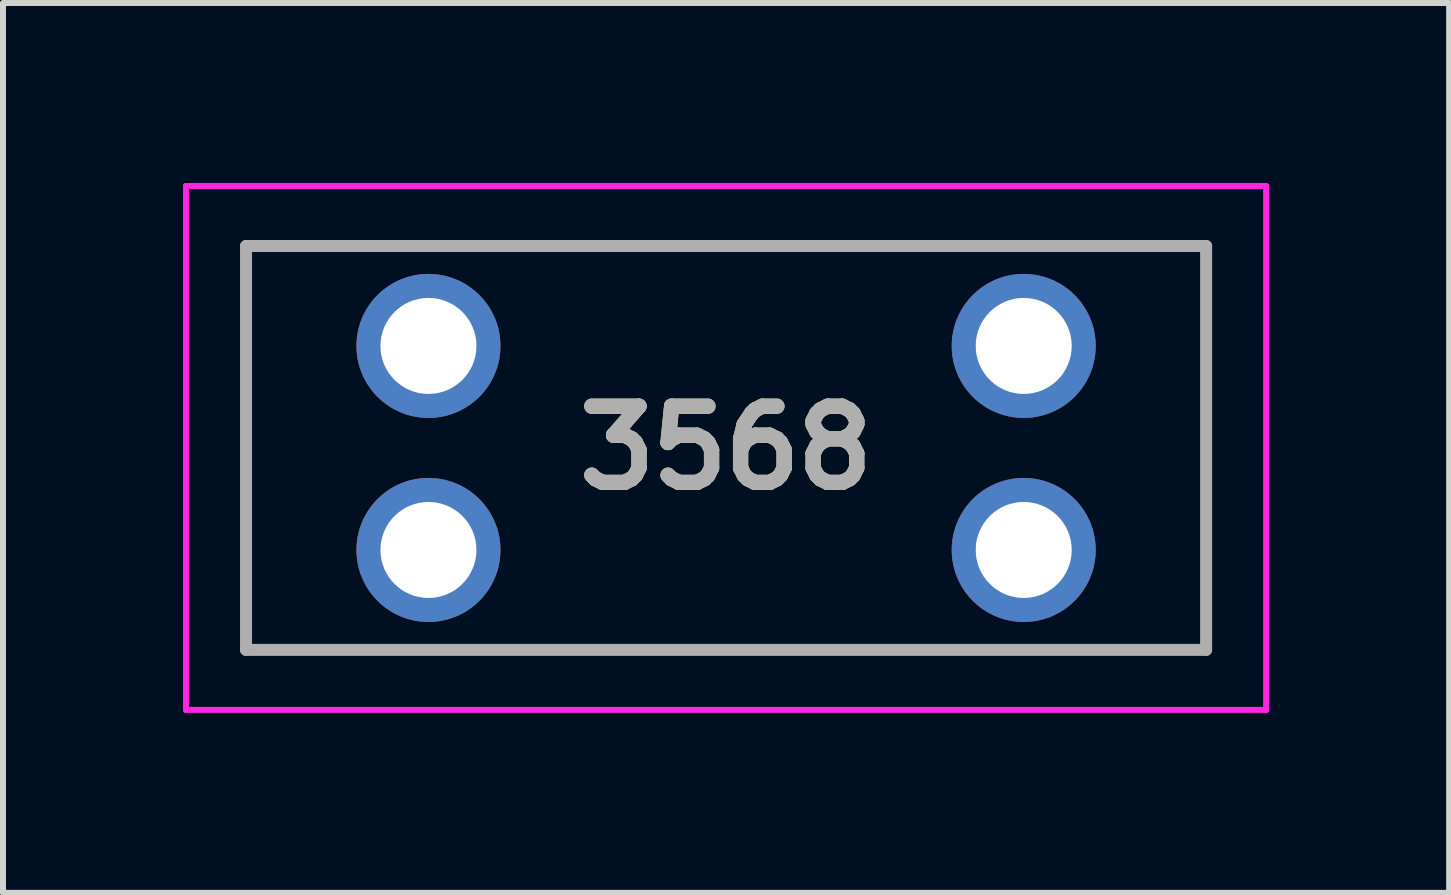
<source format=kicad_pcb>
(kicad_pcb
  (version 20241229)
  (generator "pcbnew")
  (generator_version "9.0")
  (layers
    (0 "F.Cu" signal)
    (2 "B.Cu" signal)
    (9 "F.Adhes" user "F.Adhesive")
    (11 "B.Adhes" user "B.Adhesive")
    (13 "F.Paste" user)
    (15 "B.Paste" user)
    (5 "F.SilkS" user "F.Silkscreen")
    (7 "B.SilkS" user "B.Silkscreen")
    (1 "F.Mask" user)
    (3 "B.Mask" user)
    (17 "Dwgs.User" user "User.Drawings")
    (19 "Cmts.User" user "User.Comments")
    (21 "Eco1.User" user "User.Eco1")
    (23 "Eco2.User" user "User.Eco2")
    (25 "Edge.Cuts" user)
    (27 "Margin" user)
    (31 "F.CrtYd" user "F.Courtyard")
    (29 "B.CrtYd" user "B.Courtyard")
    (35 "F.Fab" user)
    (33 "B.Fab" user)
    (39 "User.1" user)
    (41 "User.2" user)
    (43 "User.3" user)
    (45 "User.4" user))
  (footprint "3568"
    (layer "F.Cu")
    (at 4.09 6.115)
    (property "Reference" "3568" (at 4.96 -1.7 0) (layer "F.SilkS") (effects (font (size 1.27 1.27) (thickness 0.254))))
    (attr through_hole)
    (fp_line (start -3.04 -5.065) (end 12.96 -5.065) (stroke (width 0.1) (type solid)) (layer "F.SilkS"))
    (fp_line (start -3.04 1.665) (end -3.04 -5.065) (stroke (width 0.1) (type solid)) (layer "F.SilkS"))
    (fp_line (start 12.96 -5.065) (end 12.96 1.665) (stroke (width 0.1) (type solid)) (layer "F.SilkS"))
    (fp_line (start 12.96 1.665) (end -3.04 1.665) (stroke (width 0.1) (type solid)) (layer "F.SilkS"))
    (fp_line (start -4.04 -6.065) (end 13.96 -6.065) (stroke (width 0.1) (type solid)) (layer "F.CrtYd"))
    (fp_line (start -4.04 2.665) (end -4.04 -6.065) (stroke (width 0.1) (type solid)) (layer "F.CrtYd"))
    (fp_line (start 13.96 -6.065) (end 13.96 2.665) (stroke (width 0.1) (type solid)) (layer "F.CrtYd"))
    (fp_line (start 13.96 2.665) (end -4.04 2.665) (stroke (width 0.1) (type solid)) (layer "F.CrtYd"))
    (fp_line (start -3.04 -5.065) (end 12.96 -5.065) (stroke (width 0.2) (type solid)) (layer "F.Fab"))
    (fp_line (start -3.04 1.665) (end -3.04 -5.065) (stroke (width 0.2) (type solid)) (layer "F.Fab"))
    (fp_line (start 12.96 -5.065) (end 12.96 1.665) (stroke (width 0.2) (type solid)) (layer "F.Fab"))
    (fp_line (start 12.96 1.665) (end -3.04 1.665) (stroke (width 0.2) (type solid)) (layer "F.Fab"))
    (fp_text user "${REFERENCE}" (at 4.96 -1.7 0) (layer "F.Fab") (effects (font (size 1.27 1.27) (thickness 0.254))))
    (pad "1" thru_hole circle (at 0 -3.4) (size 2.4 2.4) (drill 1.6) (layers "*.Cu" "*.Mask"))
    (pad "1" thru_hole circle (at 0 0) (size 2.4 2.4) (drill 1.6) (layers "*.Cu" "*.Mask"))
    (pad "2" thru_hole circle (at 9.92 -3.4) (size 2.4 2.4) (drill 1.6) (layers "*.Cu" "*.Mask"))
    (pad "2" thru_hole circle (at 9.92 0) (size 2.4 2.4) (drill 1.6) (layers "*.Cu" "*.Mask")))
  (gr_rect
    (start -3 -3)
    (end 21.1 11.83)
    (stroke (width 0.1) (type default))
    (fill no)
    (layer "Edge.Cuts")))
</source>
